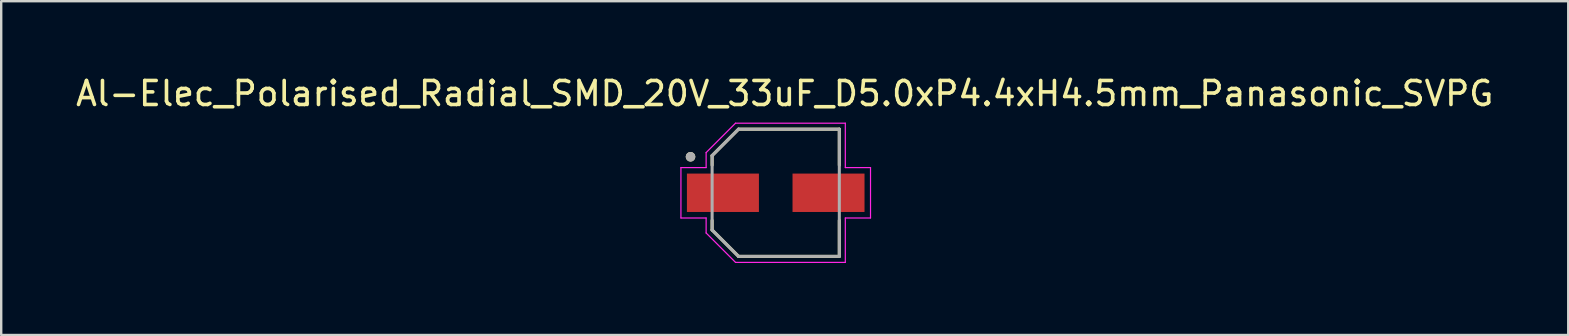
<source format=kicad_pcb>
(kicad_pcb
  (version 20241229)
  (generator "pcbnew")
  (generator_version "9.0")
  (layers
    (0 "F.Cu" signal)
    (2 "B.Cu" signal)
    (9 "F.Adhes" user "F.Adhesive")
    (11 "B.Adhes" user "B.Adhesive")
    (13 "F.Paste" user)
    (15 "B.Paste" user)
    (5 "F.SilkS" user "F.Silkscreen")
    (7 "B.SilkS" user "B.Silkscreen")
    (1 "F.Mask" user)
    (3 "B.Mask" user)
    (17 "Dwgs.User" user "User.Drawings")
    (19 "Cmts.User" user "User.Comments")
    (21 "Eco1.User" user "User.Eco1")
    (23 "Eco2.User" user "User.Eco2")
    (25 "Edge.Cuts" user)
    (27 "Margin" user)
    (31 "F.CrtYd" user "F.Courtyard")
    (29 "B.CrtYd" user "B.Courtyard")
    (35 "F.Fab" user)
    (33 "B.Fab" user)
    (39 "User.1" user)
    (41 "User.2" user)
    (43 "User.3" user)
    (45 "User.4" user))
  (footprint "Al-Elec_Polarised_Radial_SMD_20V_33uF_D5.0xP4.4xH4.5mm_Panasonic_SVPG"
    (layer "F.Cu")
    (at 29.274 4.983)
    (property "Reference" "Al-Elec_Polarised_Radial_SMD_20V_33uF_D5.0xP4.4xH4.5mm_Panasonic_SVPG" (at 0.375 -4.135 0) (layer "F.SilkS") (effects (font (size 1 1) (thickness 0.15))))
    (attr through_hole)
    (fp_line (start -2.65 -1.55) (end -1.55 -2.65) (stroke (width 0.127) (type solid)) (layer "F.SilkS"))
    (fp_line (start -2.65 -1.15) (end -2.65 -1.55) (stroke (width 0.127) (type solid)) (layer "F.SilkS"))
    (fp_line (start -2.65 1.15) (end -2.65 1.55) (stroke (width 0.127) (type solid)) (layer "F.SilkS"))
    (fp_line (start -2.65 1.55) (end -1.55 2.65) (stroke (width 0.127) (type solid)) (layer "F.SilkS"))
    (fp_line (start -1.55 -2.65) (end 2.65 -2.65) (stroke (width 0.127) (type solid)) (layer "F.SilkS"))
    (fp_line (start -1.55 2.65) (end 2.65 2.65) (stroke (width 0.127) (type solid)) (layer "F.SilkS"))
    (fp_line (start 2.65 -2.65) (end 2.65 -1.15) (stroke (width 0.127) (type solid)) (layer "F.SilkS"))
    (fp_line (start 2.65 2.65) (end 2.65 1.15) (stroke (width 0.127) (type solid)) (layer "F.SilkS"))
    (fp_circle (center -3.55 -1.5) (end -3.45 -1.5) (stroke (width 0.2) (type solid)) (fill no) (layer "F.SilkS"))
    (fp_line (start -3.95 -1.05) (end -2.9 -1.05) (stroke (width 0.05) (type solid)) (layer "F.CrtYd"))
    (fp_line (start -3.95 1.05) (end -3.95 -1.05) (stroke (width 0.05) (type solid)) (layer "F.CrtYd"))
    (fp_line (start -2.9 -1.675) (end -1.675 -2.9) (stroke (width 0.05) (type solid)) (layer "F.CrtYd"))
    (fp_line (start -2.9 -1.05) (end -2.9 -1.675) (stroke (width 0.05) (type solid)) (layer "F.CrtYd"))
    (fp_line (start -2.9 1.05) (end -3.95 1.05) (stroke (width 0.05) (type solid)) (layer "F.CrtYd"))
    (fp_line (start -2.9 1.675) (end -2.9 1.05) (stroke (width 0.05) (type solid)) (layer "F.CrtYd"))
    (fp_line (start -1.675 -2.9) (end 2.9 -2.9) (stroke (width 0.05) (type solid)) (layer "F.CrtYd"))
    (fp_line (start -1.675 2.9) (end -2.9 1.675) (stroke (width 0.05) (type solid)) (layer "F.CrtYd"))
    (fp_line (start 2.9 -2.9) (end 2.9 -1.05) (stroke (width 0.05) (type solid)) (layer "F.CrtYd"))
    (fp_line (start 2.9 -1.05) (end 3.95 -1.05) (stroke (width 0.05) (type solid)) (layer "F.CrtYd"))
    (fp_line (start 2.9 1.05) (end 2.9 2.9) (stroke (width 0.05) (type solid)) (layer "F.CrtYd"))
    (fp_line (start 2.9 2.9) (end -1.675 2.9) (stroke (width 0.05) (type solid)) (layer "F.CrtYd"))
    (fp_line (start 3.95 -1.05) (end 3.95 1.05) (stroke (width 0.05) (type solid)) (layer "F.CrtYd"))
    (fp_line (start 3.95 1.05) (end 2.9 1.05) (stroke (width 0.05) (type solid)) (layer "F.CrtYd"))
    (fp_line (start -2.65 -1.55) (end -1.55 -2.65) (stroke (width 0.127) (type solid)) (layer "F.Fab"))
    (fp_line (start -2.65 1.55) (end -2.65 -1.55) (stroke (width 0.127) (type solid)) (layer "F.Fab"))
    (fp_line (start -1.55 -2.65) (end 2.65 -2.65) (stroke (width 0.127) (type solid)) (layer "F.Fab"))
    (fp_line (start -1.55 2.65) (end -2.65 1.55) (stroke (width 0.127) (type solid)) (layer "F.Fab"))
    (fp_line (start 2.65 -2.65) (end 2.65 2.65) (stroke (width 0.127) (type solid)) (layer "F.Fab"))
    (fp_line (start 2.65 2.65) (end -1.55 2.65) (stroke (width 0.127) (type solid)) (layer "F.Fab"))
    (fp_circle (center -3.55 -1.5) (end -3.45 -1.5) (stroke (width 0.2) (type solid)) (fill no) (layer "F.Fab"))
    (pad "1" smd rect (at -2.2 0) (size 3 1.6) (layers "F.Cu" "F.Mask" "F.Paste"))
    (pad "2" smd rect (at 2.2 0) (size 3 1.6) (layers "F.Cu" "F.Mask" "F.Paste")))
  (gr_rect
    (start -3 -3)
    (end 62.298 10.908)
    (stroke (width 0.1) (type default))
    (fill no)
    (layer "Edge.Cuts")))
</source>
